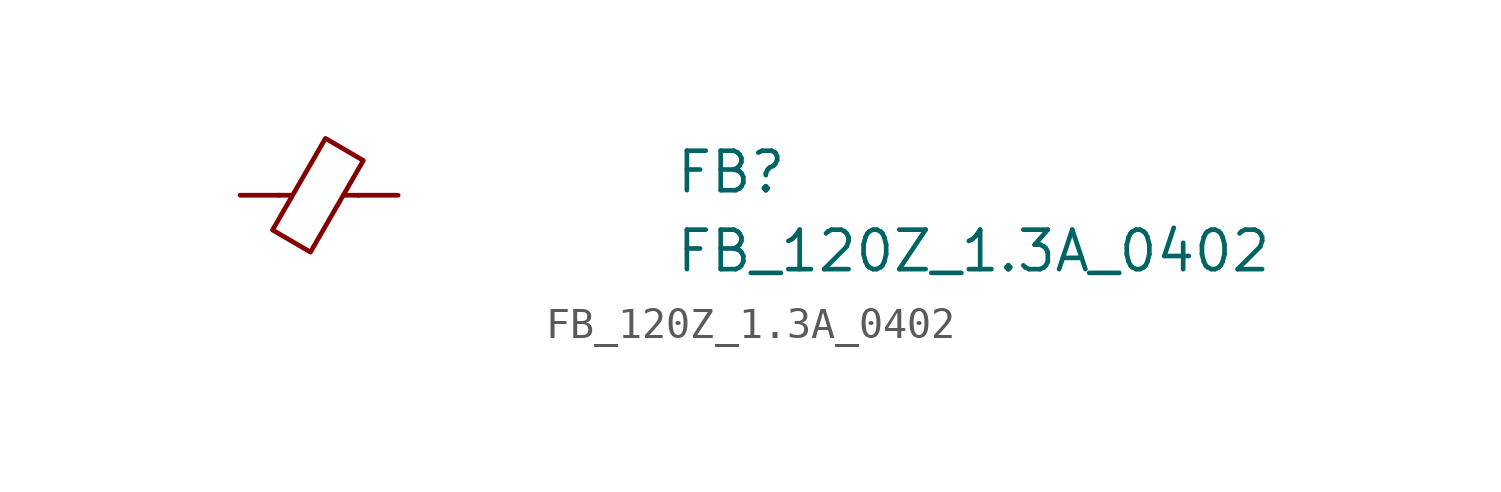
<source format=kicad_sym>
(kicad_symbol_lib
  (version 20211014)
  (generator kicad_symbol_editor)
  (symbol "FB_120Z_1.3A_0402"
    (pin_numbers hide)
    (pin_names hide)
    (property "Reference" "FB"
      (at 13.97 0 0)
      (effects (font (size 1.27 1.27) (thickness 0.15)) (justify left bottom)))
    (property "Value" "FB_120Z_1.3A_0402"
      (at 13.97 -2.54 0)
      (effects (font (size 1.27 1.27) (thickness 0.15)) (justify left bottom)))
    (symbol "FB_120Z_1.3A_0402_0_1"
      (polyline (pts (xy 1.651 0) (xy 1.245 0)) (stroke (width 0) (type default) (color 0 0 0 0)) (fill (type none)))
      (polyline (pts (xy 3.81 0) (xy 3.327 0)) (stroke (width 0) (type default) (color 0 0 0 0)) (fill (type none)))
      (polyline (pts (xy 2.261 -1.829) (xy 1.041 -1.118) (xy 2.743 1.829) (xy 3.962 1.118) (xy 2.261 -1.829)) (stroke (width 0) (type default) (color 0 0 0 0)) (fill (type none))))
    (symbol "FB_120Z_1.3A_0402_1_1"
      (pin passive line (at 0 0 0) (length 1.27) (name "~" (effects (font (size 1.27 1.27)))) (number "1" (effects (font (size 1.27 1.27)))))
      (pin passive line (at 5.08 0 180) (length 1.27) (name "~" (effects (font (size 1.27 1.27)))) (number "2" (effects (font (size 1.27 1.27))))))))
</source>
